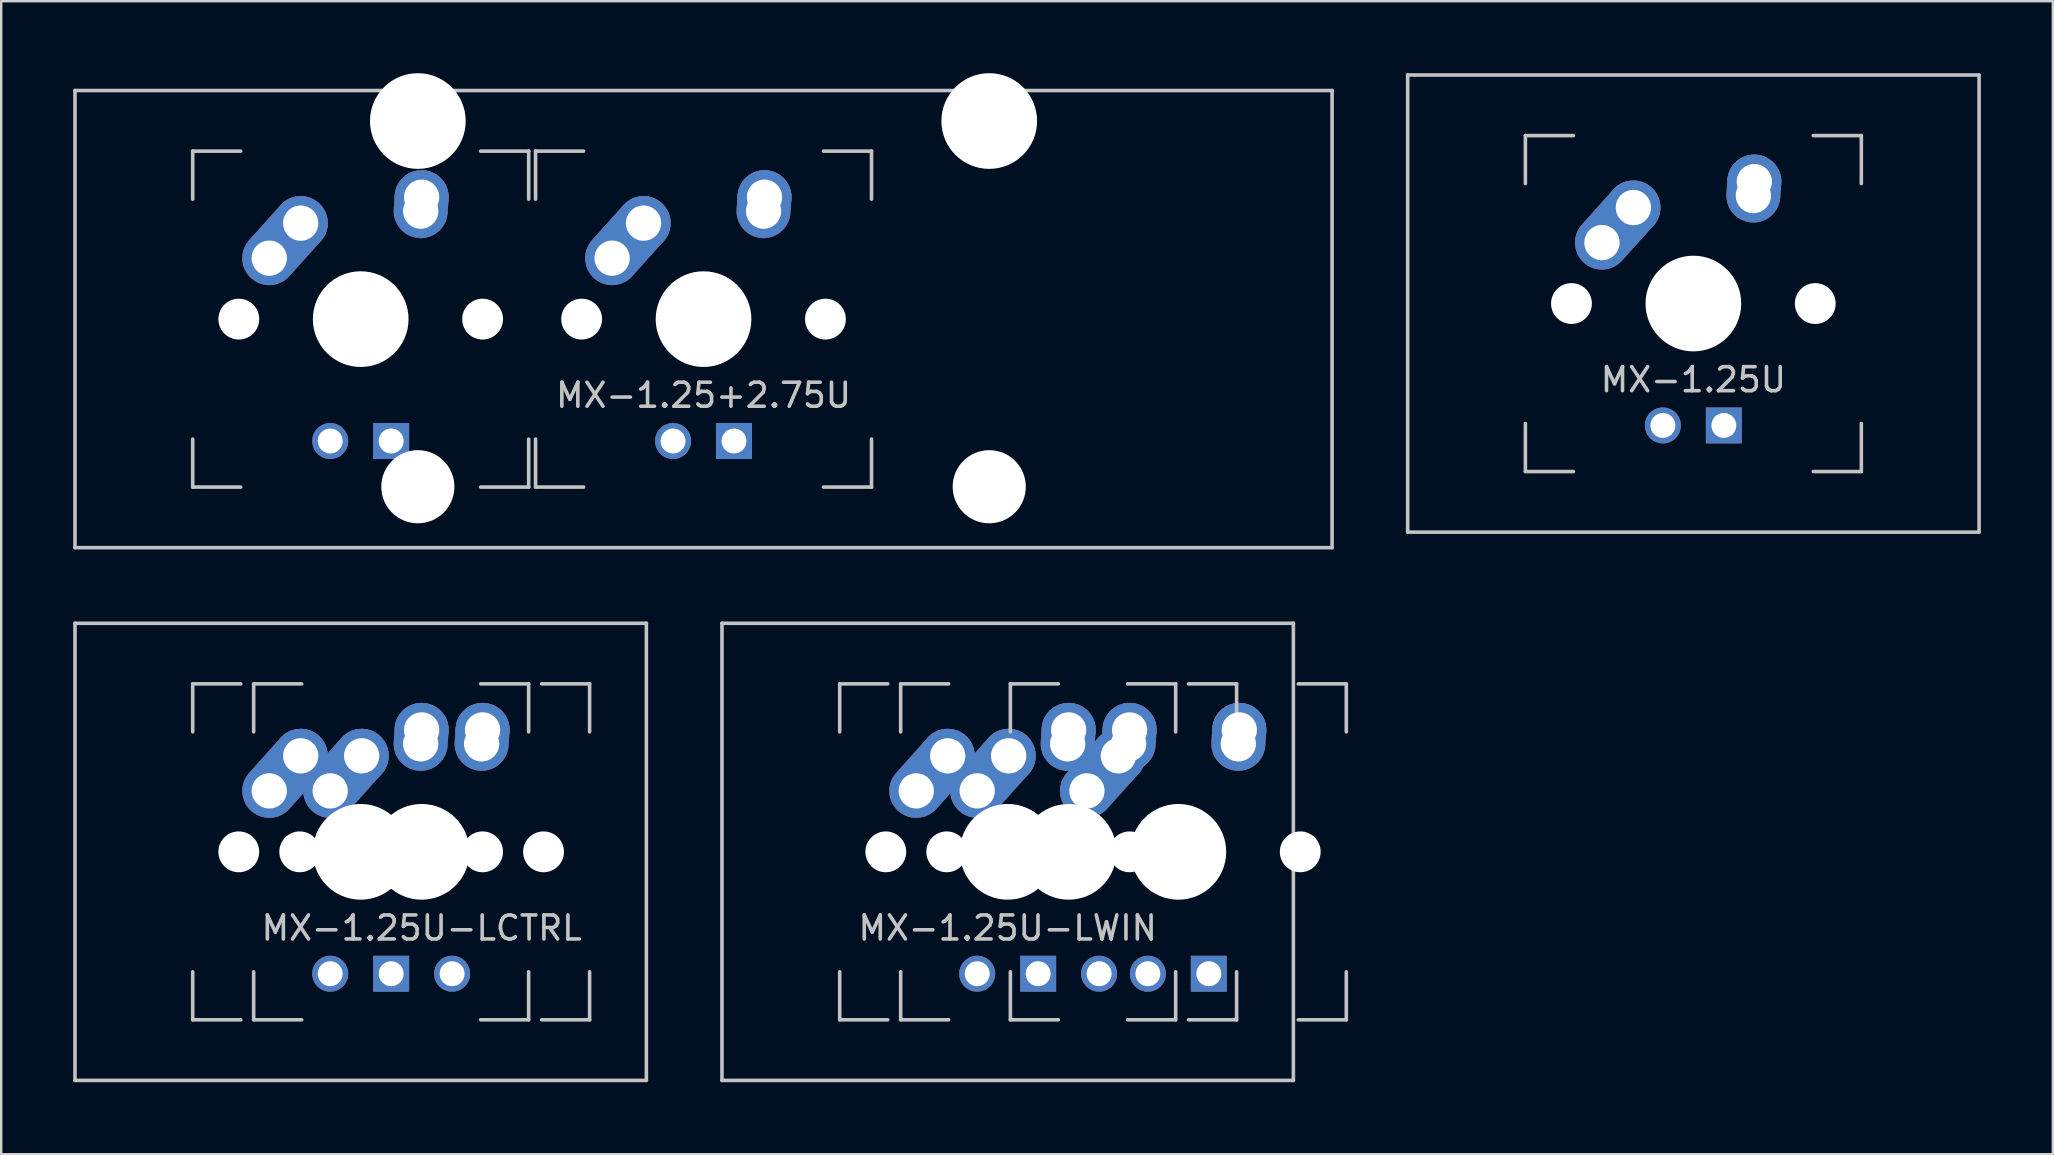
<source format=kicad_pcb>
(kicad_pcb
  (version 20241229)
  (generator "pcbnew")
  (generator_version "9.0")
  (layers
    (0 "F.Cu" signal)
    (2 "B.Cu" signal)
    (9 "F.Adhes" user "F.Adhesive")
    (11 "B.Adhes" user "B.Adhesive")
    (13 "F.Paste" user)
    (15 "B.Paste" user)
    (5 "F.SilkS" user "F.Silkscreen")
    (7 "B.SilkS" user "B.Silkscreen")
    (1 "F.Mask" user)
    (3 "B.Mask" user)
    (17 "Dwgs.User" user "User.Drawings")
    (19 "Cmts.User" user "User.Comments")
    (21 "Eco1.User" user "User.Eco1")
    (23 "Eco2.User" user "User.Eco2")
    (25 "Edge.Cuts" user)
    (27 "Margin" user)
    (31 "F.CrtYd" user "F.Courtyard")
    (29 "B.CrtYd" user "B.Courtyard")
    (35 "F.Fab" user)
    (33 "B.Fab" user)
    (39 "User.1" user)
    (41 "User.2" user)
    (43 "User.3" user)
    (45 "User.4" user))
  (footprint "MX-1.25U-LWIN"
    (layer "F.Cu")
    (at 38.944 32.449)
    (property "Reference" "MX-1.25U-LWIN" (at 0 3.175 0) (layer "Dwgs.User") (effects (font (size 1 1) (thickness 0.15))))
    (attr through_hole)
    (fp_line (start -11.906 -9.525) (end 11.906 -9.525) (stroke (width 0.15) (type solid)) (layer "Dwgs.User"))
    (fp_line (start -11.906 9.525) (end -11.906 -9.525) (stroke (width 0.15) (type solid)) (layer "Dwgs.User"))
    (fp_line (start -11.906 9.525) (end 11.906 9.525) (stroke (width 0.15) (type solid)) (layer "Dwgs.User"))
    (fp_line (start -7 -7) (end -7 -5) (stroke (width 0.15) (type solid)) (layer "Dwgs.User"))
    (fp_line (start -7 5) (end -7 7) (stroke (width 0.15) (type solid)) (layer "Dwgs.User"))
    (fp_line (start -7 7) (end -5 7) (stroke (width 0.15) (type solid)) (layer "Dwgs.User"))
    (fp_line (start -5 -7) (end -7 -7) (stroke (width 0.15) (type solid)) (layer "Dwgs.User"))
    (fp_line (start -4.46 -7) (end -4.46 -5) (stroke (width 0.15) (type solid)) (layer "Dwgs.User"))
    (fp_line (start -4.46 5) (end -4.46 7) (stroke (width 0.15) (type solid)) (layer "Dwgs.User"))
    (fp_line (start -4.46 7) (end -2.46 7) (stroke (width 0.15) (type solid)) (layer "Dwgs.User"))
    (fp_line (start -2.46 -7) (end -4.46 -7) (stroke (width 0.15) (type solid)) (layer "Dwgs.User"))
    (fp_line (start 0.112 -7) (end 0.112 -5) (stroke (width 0.15) (type solid)) (layer "Dwgs.User"))
    (fp_line (start 0.112 5) (end 0.112 7) (stroke (width 0.15) (type solid)) (layer "Dwgs.User"))
    (fp_line (start 0.112 7) (end 2.112 7) (stroke (width 0.15) (type solid)) (layer "Dwgs.User"))
    (fp_line (start 2.112 -7) (end 0.112 -7) (stroke (width 0.15) (type solid)) (layer "Dwgs.User"))
    (fp_line (start 5 -7) (end 7 -7) (stroke (width 0.15) (type solid)) (layer "Dwgs.User"))
    (fp_line (start 5 7) (end 7 7) (stroke (width 0.15) (type solid)) (layer "Dwgs.User"))
    (fp_line (start 7 -7) (end 7 -5) (stroke (width 0.15) (type solid)) (layer "Dwgs.User"))
    (fp_line (start 7 7) (end 7 5) (stroke (width 0.15) (type solid)) (layer "Dwgs.User"))
    (fp_line (start 7.54 -7) (end 9.54 -7) (stroke (width 0.15) (type solid)) (layer "Dwgs.User"))
    (fp_line (start 7.54 7) (end 9.54 7) (stroke (width 0.15) (type solid)) (layer "Dwgs.User"))
    (fp_line (start 9.54 -7) (end 9.54 -5) (stroke (width 0.15) (type solid)) (layer "Dwgs.User"))
    (fp_line (start 9.54 7) (end 9.54 5) (stroke (width 0.15) (type solid)) (layer "Dwgs.User"))
    (fp_line (start 11.906 -9.525) (end 11.906 9.525) (stroke (width 0.15) (type solid)) (layer "Dwgs.User"))
    (fp_line (start 12.112 -7) (end 14.112 -7) (stroke (width 0.15) (type solid)) (layer "Dwgs.User"))
    (fp_line (start 12.112 7) (end 14.112 7) (stroke (width 0.15) (type solid)) (layer "Dwgs.User"))
    (fp_line (start 14.112 -7) (end 14.112 -5) (stroke (width 0.15) (type solid)) (layer "Dwgs.User"))
    (fp_line (start 14.112 7) (end 14.112 5) (stroke (width 0.15) (type solid)) (layer "Dwgs.User"))
    (pad "" np_thru_hole circle (at -5.08 0 48.1) (size 1.702 1.702) (drill 1.702) (layers "*.Cu" "*.Mask"))
    (pad "" np_thru_hole circle (at -2.54 0 48.1) (size 1.702 1.702) (drill 1.702) (layers "*.Cu" "*.Mask"))
    (pad "" np_thru_hole circle (at 0 0) (size 3.988 3.988) (drill 3.988) (layers "*.Cu" "*.Mask"))
    (pad "" np_thru_hole circle (at 2.032 0 48.1) (size 1.702 1.702) (drill 1.702) (layers "*.Cu" "*.Mask"))
    (pad "" np_thru_hole circle (at 2.54 0) (size 3.988 3.988) (drill 3.988) (layers "*.Cu" "*.Mask"))
    (pad "" np_thru_hole circle (at 5.08 0 48.1) (size 1.702 1.702) (drill 1.702) (layers "*.Cu" "*.Mask"))
    (pad "" np_thru_hole circle (at 7.112 0) (size 3.988 3.988) (drill 3.988) (layers "*.Cu" "*.Mask"))
    (pad "" np_thru_hole circle (at 7.62 0 48.1) (size 1.702 1.702) (drill 1.702) (layers "*.Cu" "*.Mask"))
    (pad "" np_thru_hole circle (at 12.192 0 48.1) (size 1.702 1.702) (drill 1.702) (layers "*.Cu" "*.Mask"))
    (pad "1" thru_hole oval (at 2.5 -4.5 86.055) (size 2.831 2.25) (drill 1.47 (offset 0.291 0)) (layers "*.Cu" "*.Mask"))
    (pad "1" thru_hole circle (at 2.54 -5.08) (size 2.25 2.25) (drill 1.47) (layers "*.Cu" "*.Mask"))
    (pad "1" thru_hole oval (at 3.302 -2.54 48.1) (size 4.212 2.25) (drill 1.47 (offset 0.981 0)) (layers "*.Cu" "*.Mask"))
    (pad "1" thru_hole circle (at 4.612 -4) (size 2.25 2.25) (drill 1.47) (layers "*.Cu" "*.Mask"))
    (pad "1" thru_hole oval (at 5.04 -4.5 86.055) (size 2.831 2.25) (drill 1.47 (offset 0.291 0)) (layers "*.Cu" "*.Mask"))
    (pad "1" thru_hole circle (at 5.08 -5.08) (size 2.25 2.25) (drill 1.47) (layers "*.Cu" "*.Mask"))
    (pad "2" thru_hole oval (at -3.81 -2.54 48.1) (size 4.212 2.25) (drill 1.47 (offset 0.981 0)) (layers "*.Cu" "*.Mask"))
    (pad "2" thru_hole circle (at -2.5 -4) (size 2.25 2.25) (drill 1.47) (layers "*.Cu" "*.Mask"))
    (pad "2" thru_hole oval (at -1.27 -2.54 48.1) (size 4.212 2.25) (drill 1.47 (offset 0.981 0)) (layers "*.Cu" "*.Mask"))
    (pad "2" thru_hole circle (at 0.04 -4) (size 2.25 2.25) (drill 1.47) (layers "*.Cu" "*.Mask"))
    (pad "2" thru_hole oval (at 9.612 -4.5 86.055) (size 2.831 2.25) (drill 1.47 (offset 0.291 0)) (layers "*.Cu" "*.Mask"))
    (pad "2" thru_hole circle (at 9.652 -5.08) (size 2.25 2.25) (drill 1.47) (layers "*.Cu" "*.Mask"))
    (pad "3" thru_hole circle (at -1.27 5.08) (size 1.5 1.5) (drill 1.04) (layers "*.Cu" "*.Mask"))
    (pad "3" thru_hole circle (at 3.81 5.08) (size 1.5 1.5) (drill 1.04) (layers "*.Cu" "*.Mask"))
    (pad "3" thru_hole circle (at 5.842 5.08) (size 1.5 1.5) (drill 1.04) (layers "*.Cu" "*.Mask"))
    (pad "4" thru_hole rect (at 1.27 5.08) (size 1.5 1.5) (drill 1.04) (layers "*.Cu" "*.Mask"))
    (pad "4" thru_hole rect (at 8.382 5.08) (size 1.5 1.5) (drill 1.04) (layers "*.Cu" "*.Mask")))
  (footprint "MX-1.25U"
    (layer "F.Cu")
    (at 67.519 9.6)
    (property "Reference" "MX-1.25U" (at 0 3.175 0) (layer "Dwgs.User") (effects (font (size 1 1) (thickness 0.15))))
    (attr through_hole)
    (fp_line (start -11.906 -9.525) (end 11.906 -9.525) (stroke (width 0.15) (type solid)) (layer "Dwgs.User"))
    (fp_line (start -11.906 9.525) (end -11.906 -9.525) (stroke (width 0.15) (type solid)) (layer "Dwgs.User"))
    (fp_line (start -11.906 9.525) (end 11.906 9.525) (stroke (width 0.15) (type solid)) (layer "Dwgs.User"))
    (fp_line (start -7 -7) (end -7 -5) (stroke (width 0.15) (type solid)) (layer "Dwgs.User"))
    (fp_line (start -7 5) (end -7 7) (stroke (width 0.15) (type solid)) (layer "Dwgs.User"))
    (fp_line (start -7 7) (end -5 7) (stroke (width 0.15) (type solid)) (layer "Dwgs.User"))
    (fp_line (start -5 -7) (end -7 -7) (stroke (width 0.15) (type solid)) (layer "Dwgs.User"))
    (fp_line (start 5 -7) (end 7 -7) (stroke (width 0.15) (type solid)) (layer "Dwgs.User"))
    (fp_line (start 5 7) (end 7 7) (stroke (width 0.15) (type solid)) (layer "Dwgs.User"))
    (fp_line (start 7 -7) (end 7 -5) (stroke (width 0.15) (type solid)) (layer "Dwgs.User"))
    (fp_line (start 7 7) (end 7 5) (stroke (width 0.15) (type solid)) (layer "Dwgs.User"))
    (fp_line (start 11.906 -9.525) (end 11.906 9.525) (stroke (width 0.15) (type solid)) (layer "Dwgs.User"))
    (pad "" np_thru_hole circle (at -5.08 0 48.1) (size 1.702 1.702) (drill 1.702) (layers "*.Cu" "*.Mask"))
    (pad "" np_thru_hole circle (at 0 0) (size 3.988 3.988) (drill 3.988) (layers "*.Cu" "*.Mask"))
    (pad "" np_thru_hole circle (at 5.08 0 48.1) (size 1.702 1.702) (drill 1.702) (layers "*.Cu" "*.Mask"))
    (pad "1" thru_hole oval (at 2.5 -4.5 86.055) (size 2.831 2.25) (drill 1.47 (offset 0.291 0)) (layers "*.Cu" "*.Mask"))
    (pad "1" thru_hole circle (at 2.54 -5.08) (size 2.25 2.25) (drill 1.47) (layers "*.Cu" "*.Mask"))
    (pad "2" thru_hole oval (at -3.81 -2.54 48.1) (size 4.212 2.25) (drill 1.47 (offset 0.981 0)) (layers "*.Cu" "*.Mask"))
    (pad "2" thru_hole circle (at -2.5 -4) (size 2.25 2.25) (drill 1.47) (layers "*.Cu" "*.Mask"))
    (pad "3" thru_hole circle (at -1.27 5.08) (size 1.5 1.5) (drill 1.04) (layers "*.Cu" "*.Mask"))
    (pad "4" thru_hole rect (at 1.27 5.08) (size 1.5 1.5) (drill 1.04) (layers "*.Cu" "*.Mask")))
  (footprint "MX-1.25U-LCTRL"
    (layer "F.Cu")
    (at 11.981 32.449)
    (property "Reference" "MX-1.25U-LCTRL" (at 2.54 3.175 0) (layer "Dwgs.User") (effects (font (size 1 1) (thickness 0.15))))
    (attr through_hole)
    (fp_line (start -11.906 -9.525) (end 11.906 -9.525) (stroke (width 0.15) (type solid)) (layer "Dwgs.User"))
    (fp_line (start -11.906 9.525) (end -11.906 -9.525) (stroke (width 0.15) (type solid)) (layer "Dwgs.User"))
    (fp_line (start -11.906 9.525) (end 11.906 9.525) (stroke (width 0.15) (type solid)) (layer "Dwgs.User"))
    (fp_line (start -7 -7) (end -7 -5) (stroke (width 0.15) (type solid)) (layer "Dwgs.User"))
    (fp_line (start -7 5) (end -7 7) (stroke (width 0.15) (type solid)) (layer "Dwgs.User"))
    (fp_line (start -7 7) (end -5 7) (stroke (width 0.15) (type solid)) (layer "Dwgs.User"))
    (fp_line (start -5 -7) (end -7 -7) (stroke (width 0.15) (type solid)) (layer "Dwgs.User"))
    (fp_line (start -4.46 -7) (end -4.46 -5) (stroke (width 0.15) (type solid)) (layer "Dwgs.User"))
    (fp_line (start -4.46 5) (end -4.46 7) (stroke (width 0.15) (type solid)) (layer "Dwgs.User"))
    (fp_line (start -4.46 7) (end -2.46 7) (stroke (width 0.15) (type solid)) (layer "Dwgs.User"))
    (fp_line (start -2.46 -7) (end -4.46 -7) (stroke (width 0.15) (type solid)) (layer "Dwgs.User"))
    (fp_line (start 5 -7) (end 7 -7) (stroke (width 0.15) (type solid)) (layer "Dwgs.User"))
    (fp_line (start 5 7) (end 7 7) (stroke (width 0.15) (type solid)) (layer "Dwgs.User"))
    (fp_line (start 7 -7) (end 7 -5) (stroke (width 0.15) (type solid)) (layer "Dwgs.User"))
    (fp_line (start 7 7) (end 7 5) (stroke (width 0.15) (type solid)) (layer "Dwgs.User"))
    (fp_line (start 7.54 -7) (end 9.54 -7) (stroke (width 0.15) (type solid)) (layer "Dwgs.User"))
    (fp_line (start 7.54 7) (end 9.54 7) (stroke (width 0.15) (type solid)) (layer "Dwgs.User"))
    (fp_line (start 9.54 -7) (end 9.54 -5) (stroke (width 0.15) (type solid)) (layer "Dwgs.User"))
    (fp_line (start 9.54 7) (end 9.54 5) (stroke (width 0.15) (type solid)) (layer "Dwgs.User"))
    (fp_line (start 11.906 -9.525) (end 11.906 9.525) (stroke (width 0.15) (type solid)) (layer "Dwgs.User"))
    (pad "" np_thru_hole circle (at -5.08 0 48.1) (size 1.702 1.702) (drill 1.702) (layers "*.Cu" "*.Mask"))
    (pad "" np_thru_hole circle (at -2.54 0 48.1) (size 1.702 1.702) (drill 1.702) (layers "*.Cu" "*.Mask"))
    (pad "" np_thru_hole circle (at 0 0) (size 3.988 3.988) (drill 3.988) (layers "*.Cu" "*.Mask"))
    (pad "" np_thru_hole circle (at 2.54 0) (size 3.988 3.988) (drill 3.988) (layers "*.Cu" "*.Mask"))
    (pad "" np_thru_hole circle (at 5.08 0 48.1) (size 1.702 1.702) (drill 1.702) (layers "*.Cu" "*.Mask"))
    (pad "" np_thru_hole circle (at 7.62 0 48.1) (size 1.702 1.702) (drill 1.702) (layers "*.Cu" "*.Mask"))
    (pad "1" thru_hole oval (at 2.5 -4.5 86.055) (size 2.831 2.25) (drill 1.47 (offset 0.291 0)) (layers "*.Cu" "*.Mask"))
    (pad "1" thru_hole circle (at 2.54 -5.08) (size 2.25 2.25) (drill 1.47) (layers "*.Cu" "*.Mask"))
    (pad "1" thru_hole oval (at 5.04 -4.5 86.055) (size 2.831 2.25) (drill 1.47 (offset 0.291 0)) (layers "*.Cu" "*.Mask"))
    (pad "1" thru_hole circle (at 5.08 -5.08) (size 2.25 2.25) (drill 1.47) (layers "*.Cu" "*.Mask"))
    (pad "2" thru_hole oval (at -3.81 -2.54 48.1) (size 4.212 2.25) (drill 1.47 (offset 0.981 0)) (layers "*.Cu" "*.Mask"))
    (pad "2" thru_hole circle (at -2.5 -4) (size 2.25 2.25) (drill 1.47) (layers "*.Cu" "*.Mask"))
    (pad "2" thru_hole oval (at -1.27 -2.54 48.1) (size 4.212 2.25) (drill 1.47 (offset 0.981 0)) (layers "*.Cu" "*.Mask"))
    (pad "2" thru_hole circle (at 0.04 -4) (size 2.25 2.25) (drill 1.47) (layers "*.Cu" "*.Mask"))
    (pad "3" thru_hole circle (at -1.27 5.08) (size 1.5 1.5) (drill 1.04) (layers "*.Cu" "*.Mask"))
    (pad "3" thru_hole circle (at 3.81 5.08) (size 1.5 1.5) (drill 1.04) (layers "*.Cu" "*.Mask"))
    (pad "4" thru_hole trapezoid (at 1.27 5.08) (size 1.5 1.5) (drill 1.04) (layers "*.Cu" "*.Mask")))
  (footprint "MX-1.25+2.75U"
    (layer "F.Cu")
    (at 26.269 10.249)
    (property "Reference" "MX-1.25+2.75U" (at 0 3.175 0) (layer "Dwgs.User") (effects (font (size 1 1) (thickness 0.15))))
    (attr through_hole)
    (fp_line (start -26.194 -9.525) (end 26.194 -9.525) (stroke (width 0.15) (type solid)) (layer "Dwgs.User"))
    (fp_line (start -26.194 9.525) (end -26.194 -9.525) (stroke (width 0.15) (type solid)) (layer "Dwgs.User"))
    (fp_line (start -26.194 9.525) (end 26.194 9.525) (stroke (width 0.15) (type solid)) (layer "Dwgs.User"))
    (fp_line (start -21.288 -7) (end -21.288 -5) (stroke (width 0.15) (type solid)) (layer "Dwgs.User"))
    (fp_line (start -21.288 5) (end -21.288 7) (stroke (width 0.15) (type solid)) (layer "Dwgs.User"))
    (fp_line (start -21.288 7) (end -19.288 7) (stroke (width 0.15) (type solid)) (layer "Dwgs.User"))
    (fp_line (start -19.288 -7) (end -21.288 -7) (stroke (width 0.15) (type solid)) (layer "Dwgs.User"))
    (fp_line (start -9.287 -7) (end -7.287 -7) (stroke (width 0.15) (type solid)) (layer "Dwgs.User"))
    (fp_line (start -9.287 7) (end -7.287 7) (stroke (width 0.15) (type solid)) (layer "Dwgs.User"))
    (fp_line (start -7.287 -7) (end -7.287 -5) (stroke (width 0.15) (type solid)) (layer "Dwgs.User"))
    (fp_line (start -7.287 7) (end -7.287 5) (stroke (width 0.15) (type solid)) (layer "Dwgs.User"))
    (fp_line (start -7 -7) (end -7 -5) (stroke (width 0.15) (type solid)) (layer "Dwgs.User"))
    (fp_line (start -7 5) (end -7 7) (stroke (width 0.15) (type solid)) (layer "Dwgs.User"))
    (fp_line (start -7 7) (end -5 7) (stroke (width 0.15) (type solid)) (layer "Dwgs.User"))
    (fp_line (start -5 -7) (end -7 -7) (stroke (width 0.15) (type solid)) (layer "Dwgs.User"))
    (fp_line (start 5 -7) (end 7 -7) (stroke (width 0.15) (type solid)) (layer "Dwgs.User"))
    (fp_line (start 5 7) (end 7 7) (stroke (width 0.15) (type solid)) (layer "Dwgs.User"))
    (fp_line (start 7 -7) (end 7 -5) (stroke (width 0.15) (type solid)) (layer "Dwgs.User"))
    (fp_line (start 7 7) (end 7 5) (stroke (width 0.15) (type solid)) (layer "Dwgs.User"))
    (fp_line (start 26.194 -9.525) (end 26.194 9.525) (stroke (width 0.15) (type solid)) (layer "Dwgs.User"))
    (pad "" np_thru_hole circle (at -19.367 0 48.1) (size 1.702 1.702) (drill 1.702) (layers "*.Cu" "*.Mask"))
    (pad "" np_thru_hole circle (at -14.287 0) (size 3.988 3.988) (drill 3.988) (layers "*.Cu" "*.Mask"))
    (pad "" np_thru_hole circle (at -11.906 -8.255) (size 3.988 3.988) (drill 3.988) (layers "*.Cu" "*.Mask"))
    (pad "" np_thru_hole circle (at -11.906 6.985) (size 3.048 3.048) (drill 3.048) (layers "*.Cu" "*.Mask"))
    (pad "" np_thru_hole circle (at -9.207 0 48.1) (size 1.702 1.702) (drill 1.702) (layers "*.Cu" "*.Mask"))
    (pad "" np_thru_hole circle (at -5.08 0 48.1) (size 1.702 1.702) (drill 1.702) (layers "*.Cu" "*.Mask"))
    (pad "" np_thru_hole circle (at 0 0) (size 3.988 3.988) (drill 3.988) (layers "*.Cu" "*.Mask"))
    (pad "" np_thru_hole circle (at 5.08 0 48.1) (size 1.702 1.702) (drill 1.702) (layers "*.Cu" "*.Mask"))
    (pad "" np_thru_hole circle (at 11.906 -8.255) (size 3.988 3.988) (drill 3.988) (layers "*.Cu" "*.Mask"))
    (pad "" np_thru_hole circle (at 11.906 6.985) (size 3.048 3.048) (drill 3.048) (layers "*.Cu" "*.Mask"))
    (pad "1" thru_hole oval (at -18.098 -2.54 48.1) (size 4.212 2.25) (drill 1.47 (offset 0.981 0)) (layers "*.Cu" "*.Mask"))
    (pad "1" thru_hole circle (at -16.788 -4) (size 2.25 2.25) (drill 1.47) (layers "*.Cu" "*.Mask"))
    (pad "1" thru_hole oval (at -3.81 -2.54 48.1) (size 4.212 2.25) (drill 1.47 (offset 0.981 0)) (layers "*.Cu" "*.Mask"))
    (pad "1" thru_hole circle (at -2.5 -4) (size 2.25 2.25) (drill 1.47) (layers "*.Cu" "*.Mask"))
    (pad "2" thru_hole oval (at -11.787 -4.5 86.055) (size 2.831 2.25) (drill 1.47 (offset 0.291 0)) (layers "*.Cu" "*.Mask"))
    (pad "2" thru_hole circle (at -11.748 -5.08) (size 2.25 2.25) (drill 1.47) (layers "*.Cu" "*.Mask"))
    (pad "2" thru_hole oval (at 2.5 -4.5 86.055) (size 2.831 2.25) (drill 1.47 (offset 0.291 0)) (layers "*.Cu" "*.Mask"))
    (pad "2" thru_hole circle (at 2.54 -5.08) (size 2.25 2.25) (drill 1.47) (layers "*.Cu" "*.Mask"))
    (pad "3" thru_hole circle (at -15.557 5.08) (size 1.5 1.5) (drill 1.04) (layers "*.Cu" "*.Mask"))
    (pad "3" thru_hole circle (at -1.27 5.08) (size 1.5 1.5) (drill 1.04) (layers "*.Cu" "*.Mask"))
    (pad "4" thru_hole rect (at -13.018 5.08) (size 1.5 1.5) (drill 1.04) (layers "*.Cu" "*.Mask"))
    (pad "4" thru_hole rect (at 1.27 5.08) (size 1.5 1.5) (drill 1.04) (layers "*.Cu" "*.Mask")))
  (gr_rect
    (start -3 -3)
    (end 82.5 45.049)
    (stroke (width 0.1) (type default))
    (fill no)
    (layer "Edge.Cuts")))
</source>
